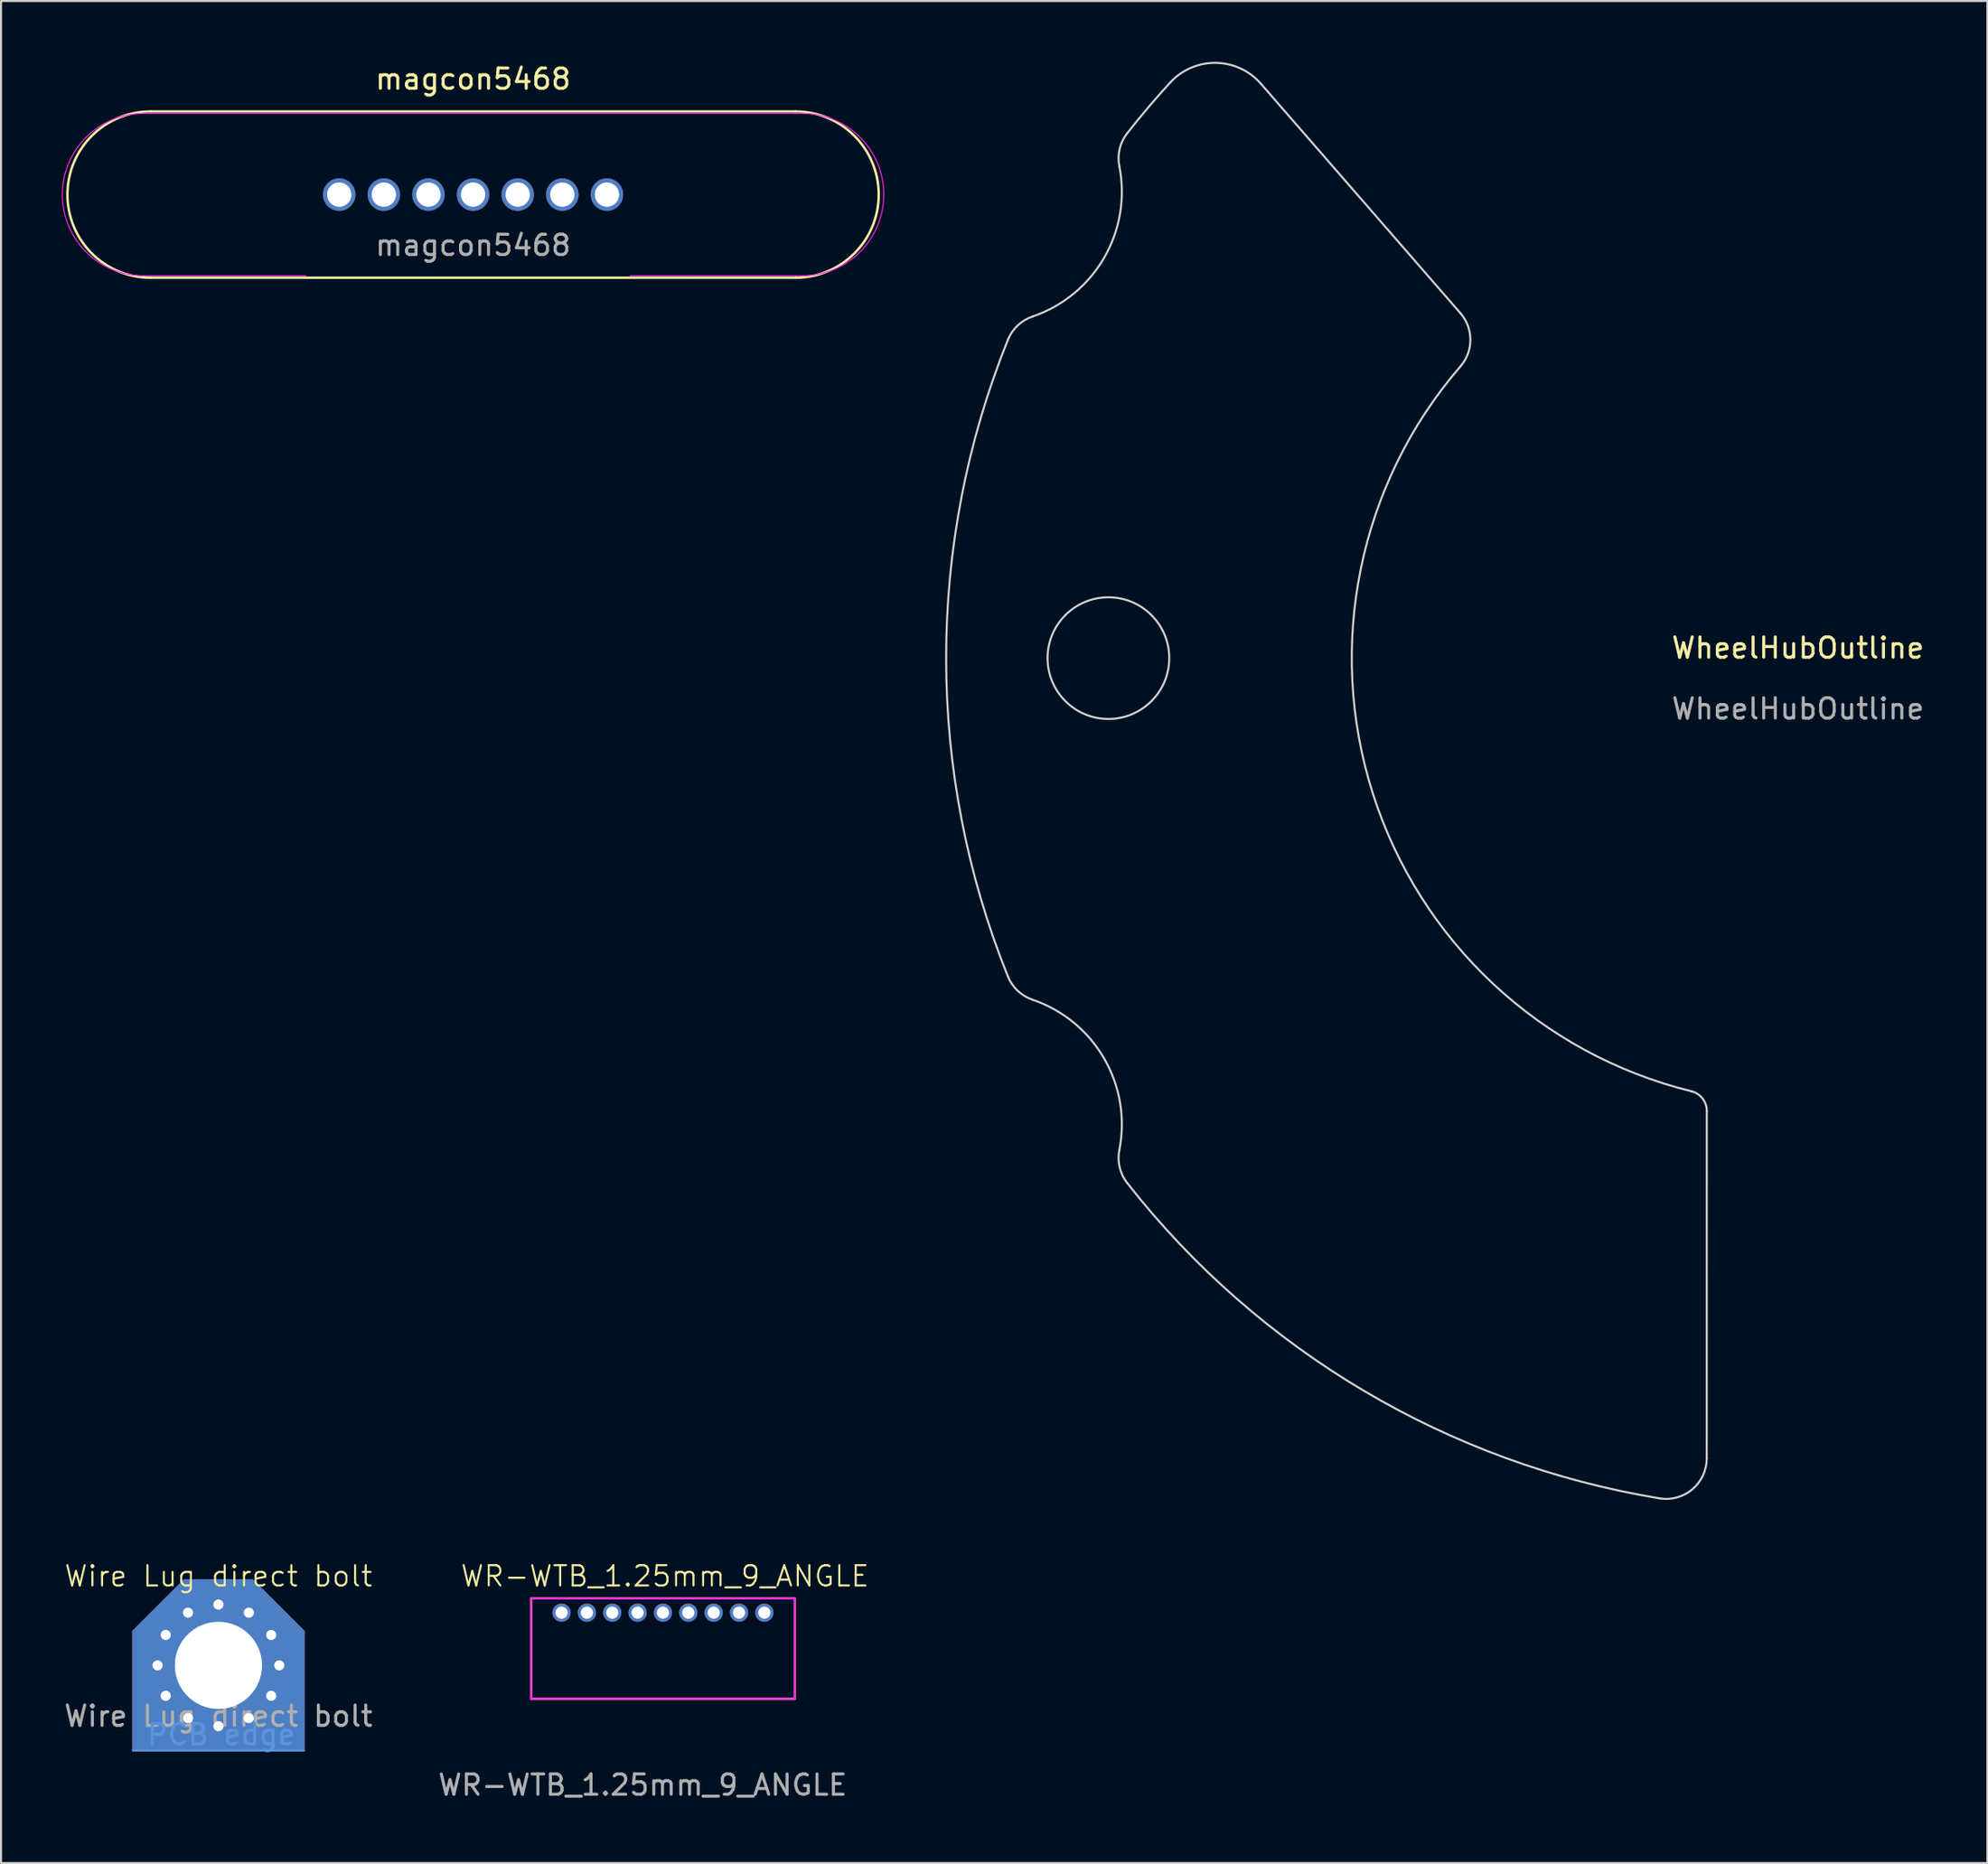
<source format=kicad_pcb>
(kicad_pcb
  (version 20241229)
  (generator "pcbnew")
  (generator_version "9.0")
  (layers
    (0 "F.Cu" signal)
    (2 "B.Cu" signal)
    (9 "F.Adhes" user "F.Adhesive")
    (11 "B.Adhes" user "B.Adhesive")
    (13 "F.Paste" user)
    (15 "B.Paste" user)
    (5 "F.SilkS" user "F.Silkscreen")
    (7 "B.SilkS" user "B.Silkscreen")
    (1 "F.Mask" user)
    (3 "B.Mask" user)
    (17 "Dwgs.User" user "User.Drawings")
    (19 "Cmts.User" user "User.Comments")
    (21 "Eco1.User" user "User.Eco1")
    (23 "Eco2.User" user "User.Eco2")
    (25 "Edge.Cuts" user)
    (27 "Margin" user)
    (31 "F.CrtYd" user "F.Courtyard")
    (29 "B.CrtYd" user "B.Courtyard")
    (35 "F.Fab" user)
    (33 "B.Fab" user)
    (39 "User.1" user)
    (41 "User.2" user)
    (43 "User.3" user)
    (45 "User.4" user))
  (footprint "WR-WTB_1.25mm_9_ANGLE"
    (layer "F.Cu")
    (at 29.637 76.488)
    (property "Reference" "WR-WTB_1.25mm_9_ANGLE" (at 0.1 -1.8 0) (unlocked yes) (layer "F.SilkS") (effects (font (size 1 1) (thickness 0.1))))
    (attr through_hole)
    (fp_line (start -6.5 -0.7) (end -6.5 4.25) (stroke (width 0.1) (type default)) (layer "F.SilkS"))
    (fp_line (start -6.5 -0.7) (end 6.5 -0.7) (stroke (width 0.1) (type default)) (layer "F.SilkS"))
    (fp_line (start -6.5 4.25) (end 6.5 4.25) (stroke (width 0.1) (type default)) (layer "F.SilkS"))
    (fp_line (start 6.5 -0.7) (end 6.5 4.25) (stroke (width 0.1) (type default)) (layer "F.SilkS"))
    (fp_line (start -6.5 -0.7) (end -6.5 4.25) (stroke (width 0.1) (type default)) (layer "F.CrtYd"))
    (fp_line (start -6.5 -0.7) (end 6.5 -0.7) (stroke (width 0.1) (type default)) (layer "F.CrtYd"))
    (fp_line (start -6.5 4.25) (end 6.5 4.25) (stroke (width 0.1) (type default)) (layer "F.CrtYd"))
    (fp_line (start 6.5 -0.7) (end 6.5 4.25) (stroke (width 0.1) (type default)) (layer "F.CrtYd"))
    (fp_text user "${REFERENCE}" (at -1 8.5 0) (unlocked yes) (layer "F.Fab") (effects (font (size 1 1) (thickness 0.15))))
    (pad "1" thru_hole circle (at 5 0 180) (size 0.9 0.9) (drill 0.6) (layers "*.Cu" "*.Mask"))
    (pad "2" thru_hole circle (at 3.75 0 180) (size 0.9 0.9) (drill 0.6) (layers "*.Cu" "*.Mask"))
    (pad "3" thru_hole circle (at 2.5 0 180) (size 0.9 0.9) (drill 0.6) (layers "*.Cu" "*.Mask"))
    (pad "4" thru_hole circle (at 1.25 0 180) (size 0.9 0.9) (drill 0.6) (layers "*.Cu" "*.Mask"))
    (pad "5" thru_hole circle (at 0 0 180) (size 0.9 0.9) (drill 0.6) (layers "*.Cu" "*.Mask"))
    (pad "6" thru_hole circle (at -1.25 0 180) (size 0.9 0.9) (drill 0.6) (layers "*.Cu" "*.Mask"))
    (pad "7" thru_hole circle (at -2.5 0 180) (size 0.9 0.9) (drill 0.6) (layers "*.Cu" "*.Mask"))
    (pad "8" thru_hole circle (at -3.75 0 180) (size 0.9 0.9) (drill 0.6) (layers "*.Cu" "*.Mask"))
    (pad "9" thru_hole circle (at -5 0 180) (size 0.9 0.9) (drill 0.6) (layers "*.Cu" "*.Mask")))
  (footprint "WheelHubOutline"
    (layer "F.Cu")
    (at 85.6 29.409)
    (property "Reference" "WheelHubOutline" (at 0 -0.5 0) (unlocked yes) (layer "F.SilkS") (effects (font (size 1 1) (thickness 0.15))))
    (attr smd)
    (fp_line (start -16.643 -17.012) (end -26.48 -28.327) (stroke (width 0.1) (type solid)) (layer "Edge.Cuts"))
    (fp_line (start -4.496 22.334) (end -4.499 39.469) (stroke (width 0.1) (type solid)) (layer "Edge.Cuts"))
    (fp_arc (start -38.955077 -15.700382) (mid -38.47467 -16.405495) (end -37.744096 -16.846217) (stroke (width 0.1) (type solid)) (layer "Edge.Cuts"))
    (fp_arc (start -38.955077 15.700383) (mid -42.000001 0) (end -38.955077 -15.700383) (stroke (width 0.1) (type solid)) (layer "Edge.Cuts"))
    (fp_arc (start -37.744096 16.846217) (mid -38.47467 16.405495) (end -38.955077 15.700382) (stroke (width 0.1) (type solid)) (layer "Edge.Cuts"))
    (fp_arc (start -37.744096 16.846217) (mid -34.208004 19.75) (end -33.4613 24.264237) (stroke (width 0.1) (type solid)) (layer "Edge.Cuts"))
    (fp_arc (start -33.4613 -24.264237) (mid -34.208004 -19.75) (end -37.744096 -16.846217) (stroke (width 0.1) (type solid)) (layer "Edge.Cuts"))
    (fp_arc (start -33.4613 -24.264237) (mid -33.444911 -25.117294) (end -33.074469 -25.885895) (stroke (width 0.1) (type solid)) (layer "Edge.Cuts"))
    (fp_arc (start -33.074469 25.885895) (mid -33.444911 25.117294) (end -33.4613 24.264237) (stroke (width 0.1) (type solid)) (layer "Edge.Cuts"))
    (fp_arc (start -33.074468 -25.885895) (mid -32.039002 -27.156995) (end -30.954717 -28.386714) (stroke (width 0.1) (type solid)) (layer "Edge.Cuts"))
    (fp_arc (start -30.954717 -28.386713) (mid -28.703819 -29.358826) (end -26.479537 -28.327268) (stroke (width 0.1) (type solid)) (layer "Edge.Cuts"))
    (fp_arc (start -16.643209 -17.011867) (mid -16.15263 -15.702268) (end -16.639909 -14.391437) (stroke (width 0.1) (type solid)) (layer "Edge.Cuts"))
    (fp_arc (start -6.824456 41.441848) (mid -21.412098 36.132008) (end -33.074468 25.885895) (stroke (width 0.1) (type solid)) (layer "Edge.Cuts"))
    (fp_arc (start -5.256668 21.362758) (mid -20.963197 6.674157) (end -16.639909 -14.391436) (stroke (width 0.1) (type solid)) (layer "Edge.Cuts"))
    (fp_arc (start -5.256668 21.362759) (mid -4.708473 21.717011) (end -4.495607 22.334019) (stroke (width 0.1) (type solid)) (layer "Edge.Cuts"))
    (fp_arc (start -4.499482 39.468879) (mid -5.205426 40.99336) (end -6.824456 41.441848) (stroke (width 0.1) (type solid)) (layer "Edge.Cuts"))
    (fp_circle (center -34 0) (end -31 0) (stroke (width 0.1) (type solid)) (fill no) (layer "Edge.Cuts"))
    (fp_text user "${REFERENCE}" (at 0 2.5 0) (unlocked yes) (layer "F.Fab") (effects (font (size 1 1) (thickness 0.15)))))
  (footprint "Wire Lug direct bolt"
    (layer "F.Cu")
    (at 7.72 79.088)
    (property "Reference" "Wire Lug direct bolt" (at 0 -4.4 0) (unlocked yes) (layer "F.SilkS") (effects (font (size 1 1) (thickness 0.1))))
    (fp_line (start -4.2 4.2) (end 4.2 4.2) (stroke (width 0.1) (type default)) (layer "Cmts.User"))
    (fp_text user "PCB edge" (at -3.6 4 0) (unlocked yes) (layer "Cmts.User") (effects (font (size 1 1) (thickness 0.15)) (justify left bottom)))
    (fp_text user "${REFERENCE}" (at 0 2.5 0) (unlocked yes) (layer "F.Fab") (effects (font (size 1 1) (thickness 0.15))))
    (pad "1" thru_hole circle (at -3 0 270) (size 1 1) (drill 0.5) (layers "*.Cu" "*.Mask"))
    (pad "1" thru_hole circle (at -2.6 -1.5 180) (size 1 1) (drill 0.5) (layers "*.Cu" "*.Mask"))
    (pad "1" thru_hole circle (at -2.6 1.5 270) (size 1 1) (drill 0.5) (layers "*.Cu" "*.Mask"))
    (pad "1" thru_hole circle (at -1.5 -2.6 180) (size 1 1) (drill 0.5) (layers "*.Cu" "*.Mask"))
    (pad "1" thru_hole circle (at -1.5 2.6 270) (size 1 1) (drill 0.5) (layers "*.Cu" "*.Mask"))
    (pad "1" thru_hole circle (at 0 -3 180) (size 1 1) (drill 0.5) (layers "*.Cu" "*.Mask"))
    (pad "1" thru_hole roundrect (at 0 0) (size 8.5 8.5) (drill 4.3) (layers "*.Cu" "*.Mask") (roundrect_rratio 0) (chamfer_ratio 0.3) (chamfer top_left top_right))
    (pad "1" thru_hole circle (at 0 3) (size 1 1) (drill 0.5) (layers "*.Cu" "*.Mask"))
    (pad "1" thru_hole circle (at 1.5 -2.6 90) (size 1 1) (drill 0.5) (layers "*.Cu" "*.Mask"))
    (pad "1" thru_hole circle (at 1.5 2.6) (size 1 1) (drill 0.5) (layers "*.Cu" "*.Mask"))
    (pad "1" thru_hole circle (at 2.6 -1.5 90) (size 1 1) (drill 0.5) (layers "*.Cu" "*.Mask"))
    (pad "1" thru_hole circle (at 2.6 1.5) (size 1 1) (drill 0.5) (layers "*.Cu" "*.Mask"))
    (pad "1" thru_hole circle (at 3 0) (size 1 1) (drill 0.5) (layers "*.Cu" "*.Mask")))
  (footprint "magcon5468"
    (layer "F.Cu")
    (at 20.275 6.548)
    (property "Reference" "magcon5468" (at 0 -5.7 0) (unlocked yes) (layer "F.SilkS") (effects (font (size 1 1) (thickness 0.15))))
    (attr through_hole)
    (fp_line (start -15.9 -4.1) (end 15.9 -4.1) (stroke (width 0.12) (type solid)) (layer "F.SilkS"))
    (fp_line (start -15.9 4.1) (end 15.9 4.1) (stroke (width 0.12) (type solid)) (layer "F.SilkS"))
    (fp_arc (start -15.9 4.1) (mid -20 0) (end -15.9 -4.1) (stroke (width 0.12) (type solid)) (layer "F.SilkS"))
    (fp_arc (start 15.9 -4.1) (mid 20 0) (end 15.9 4.1) (stroke (width 0.12) (type solid)) (layer "F.SilkS"))
    (fp_line (start -16.25 4) (end -8.25 4) (stroke (width 0.05) (type solid)) (layer "F.CrtYd"))
    (fp_line (start -8.25 -4) (end -16.25 -4) (stroke (width 0.05) (type solid)) (layer "F.CrtYd"))
    (fp_line (start 7.75 -4) (end -8.25 -4) (stroke (width 0.05) (type solid)) (layer "F.CrtYd"))
    (fp_line (start 10.75 -4) (end 7.75 -4) (stroke (width 0.05) (type solid)) (layer "F.CrtYd"))
    (fp_line (start 10.75 4) (end 7.75 4) (stroke (width 0.05) (type solid)) (layer "F.CrtYd"))
    (fp_line (start 16.25 -4) (end 10.75 -4) (stroke (width 0.05) (type solid)) (layer "F.CrtYd"))
    (fp_line (start 16.25 4) (end 10.75 4) (stroke (width 0.05) (type solid)) (layer "F.CrtYd"))
    (fp_arc (start -16.25 4) (mid -20.25 0) (end -16.25 -4) (stroke (width 0.05) (type solid)) (layer "F.CrtYd"))
    (fp_arc (start 16.25 -4) (mid 20.25 0) (end 16.25 4) (stroke (width 0.05) (type solid)) (layer "F.CrtYd"))
    (fp_text user "${REFERENCE}" (at 0 2.5 0) (unlocked yes) (layer "F.Fab") (effects (font (size 1 1) (thickness 0.15))))
    (pad "1" thru_hole circle (at -6.6 0) (size 1.6 1.6) (drill 1.2) (layers "*.Cu" "*.Mask"))
    (pad "2" thru_hole circle (at -4.4 0) (size 1.6 1.6) (drill 1.2) (layers "*.Cu" "*.Mask"))
    (pad "3" thru_hole circle (at -2.2 0) (size 1.6 1.6) (drill 1.2) (layers "*.Cu" "*.Mask"))
    (pad "4" thru_hole circle (at 0 0) (size 1.6 1.6) (drill 1.2) (layers "*.Cu" "*.Mask"))
    (pad "5" thru_hole circle (at 2.2 0) (size 1.6 1.6) (drill 1.2) (layers "*.Cu" "*.Mask"))
    (pad "6" thru_hole circle (at 4.4 0) (size 1.6 1.6) (drill 1.2) (layers "*.Cu" "*.Mask"))
    (pad "7" thru_hole circle (at 6.6 0) (size 1.6 1.6) (drill 1.2) (layers "*.Cu" "*.Mask")))
  (gr_rect
    (start -3 -3)
    (end 94.939 88.836)
    (stroke (width 0.1) (type default))
    (fill no)
    (layer "Edge.Cuts")))
</source>
